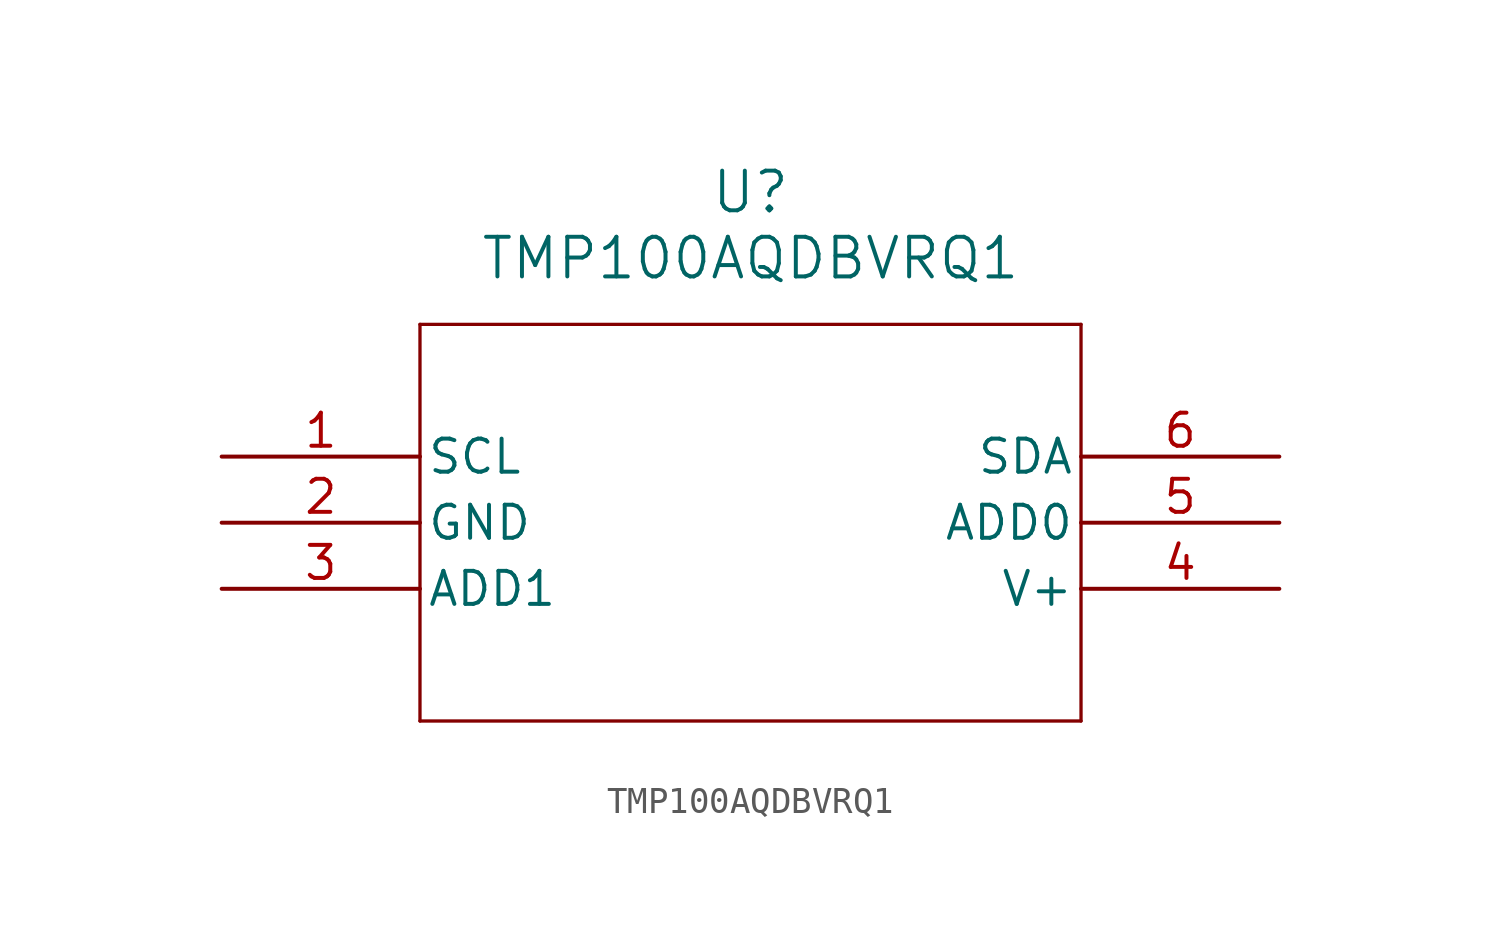
<source format=kicad_sym>
(kicad_symbol_lib
  (version 20211014)
  (generator kicad_symbol_editor)
  (symbol "TMP100AQDBVRQ1"
    (pin_names
      (offset 0.254))
    (property "Reference" "U"
      (at 20.32 10.16 0)
      (effects (font (size 1.524 1.524))))
    (property "Value" "TMP100AQDBVRQ1"
      (at 20.32 7.62 0)
      (effects (font (size 1.524 1.524))))
    (symbol "TMP100AQDBVRQ1_0_1"
      (polyline (pts (xy 7.62 5.08) (xy 7.62 -10.16)) (stroke (width 0.127) (type default) (color 0 0 0 0)) (fill (type none)))
      (polyline (pts (xy 7.62 -10.16) (xy 33.02 -10.16)) (stroke (width 0.127) (type default) (color 0 0 0 0)) (fill (type none)))
      (polyline (pts (xy 33.02 -10.16) (xy 33.02 5.08)) (stroke (width 0.127) (type default) (color 0 0 0 0)) (fill (type none)))
      (polyline (pts (xy 33.02 5.08) (xy 7.62 5.08)) (stroke (width 0.127) (type default) (color 0 0 0 0)) (fill (type none)))
      (pin unspecified line (at 0 0 0) (length 7.62) (name "SCL" (effects (font (size 1.27 1.27)))) (number "1" (effects (font (size 1.27 1.27)))))
      (pin power_in line (at 0 -2.54 0) (length 7.62) (name "GND" (effects (font (size 1.27 1.27)))) (number "2" (effects (font (size 1.27 1.27)))))
      (pin unspecified line (at 0 -5.08 0) (length 7.62) (name "ADD1" (effects (font (size 1.27 1.27)))) (number "3" (effects (font (size 1.27 1.27)))))
      (pin power_in line (at 40.64 -5.08 180) (length 7.62) (name "V+" (effects (font (size 1.27 1.27)))) (number "4" (effects (font (size 1.27 1.27)))))
      (pin unspecified line (at 40.64 -2.54 180) (length 7.62) (name "ADD0" (effects (font (size 1.27 1.27)))) (number "5" (effects (font (size 1.27 1.27)))))
      (pin unspecified line (at 40.64 0 180) (length 7.62) (name "SDA" (effects (font (size 1.27 1.27)))) (number "6" (effects (font (size 1.27 1.27))))))))
</source>
